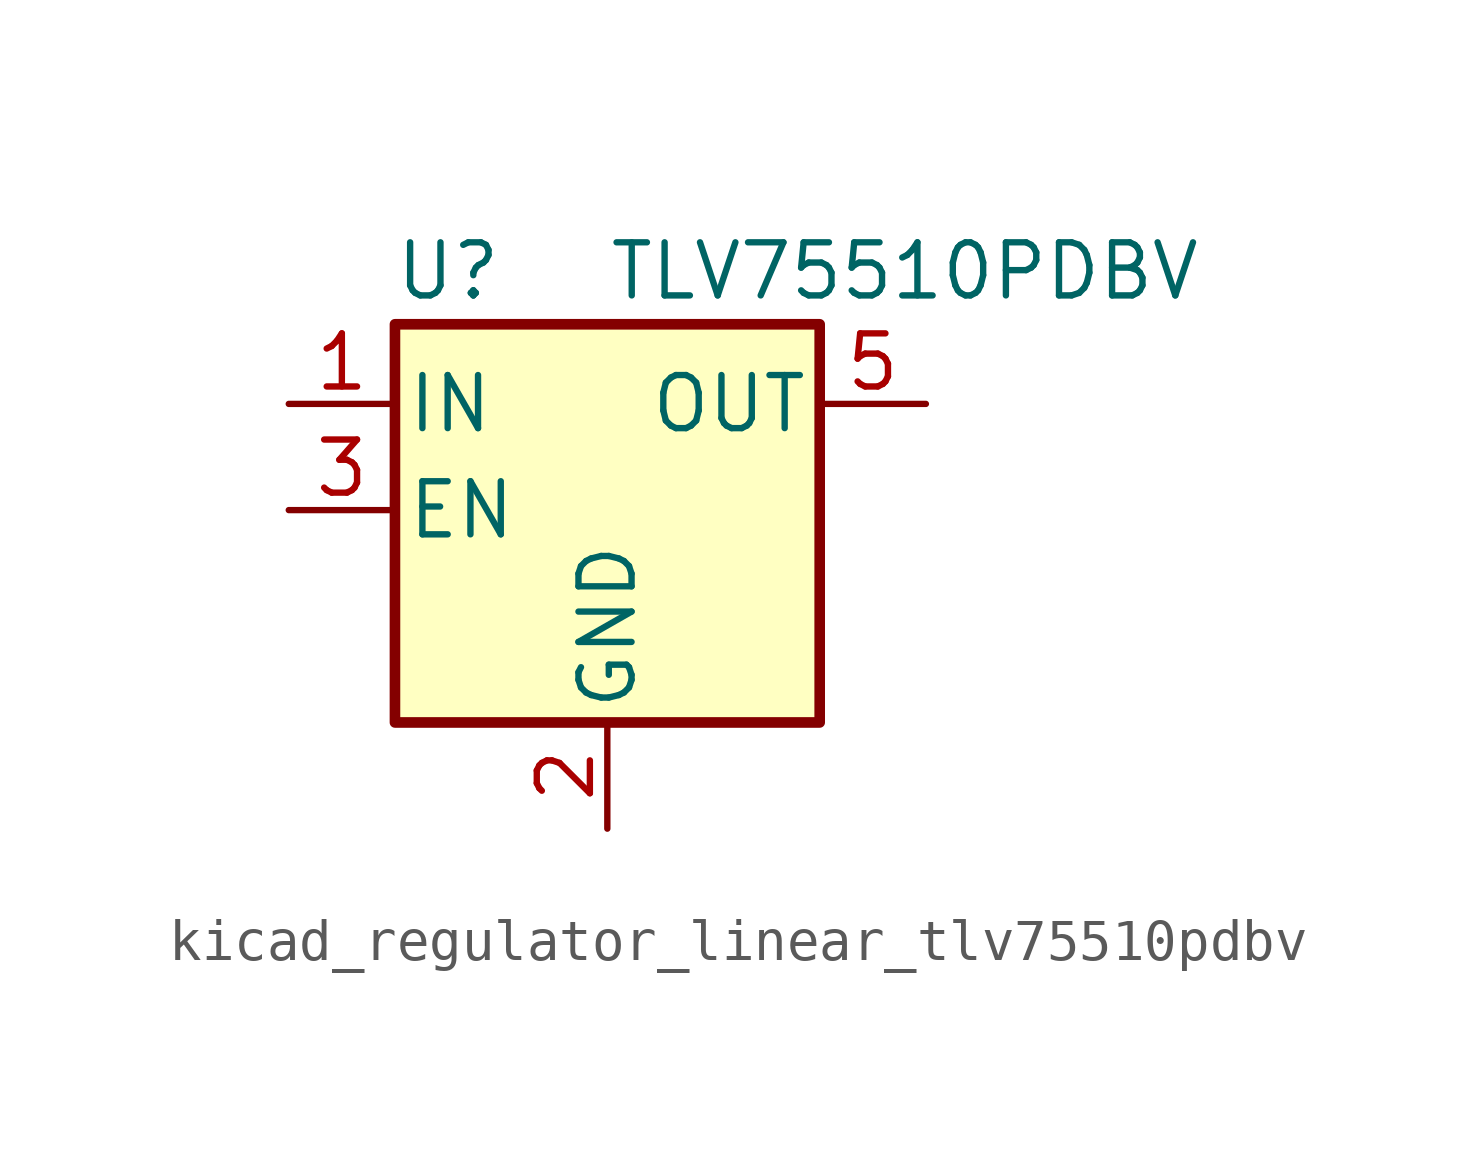
<source format=kicad_sym>
(kicad_symbol_lib
  (version 20220914)
  (generator kicad_symbol_editor)
  (symbol "kicad_regulator_linear_tlv75510pdbv"
    (pin_names
      (offset 0.254))
    (property "Reference" "U"
      (at -3.81 5.715 0)
      (effects (font (size 1.27 1.27))))
    (property "Value" "TLV75510PDBV"
      (at 0 5.715 0)
      (effects (font (size 1.27 1.27)) (justify left)))
    (symbol "kicad_regulator_linear_tlv75510pdbv_0_1"
      (rectangle (start -5.08 4.445) (end 5.08 -5.08) (stroke (width 0.254) (type default)) (fill (type background))))
    (symbol "kicad_regulator_linear_tlv75510pdbv_1_1"
      (pin power_in line (at -7.62 2.54 0) (length 2.54) (name "IN" (effects (font (size 1.27 1.27)))) (number "1" (effects (font (size 1.27 1.27)))))
      (pin power_in line (at 0 -7.62 90) (length 2.54) (name "GND" (effects (font (size 1.27 1.27)))) (number "2" (effects (font (size 1.27 1.27)))))
      (pin input line (at -7.62 0 0) (length 2.54) (name "EN" (effects (font (size 1.27 1.27)))) (number "3" (effects (font (size 1.27 1.27)))))
      (pin no_connect line (at 5.08 0 180) (length 2.54) hide (name "NC" (effects (font (size 1.27 1.27)))) (number "4" (effects (font (size 1.27 1.27)))))
      (pin power_out line (at 7.62 2.54 180) (length 2.54) (name "OUT" (effects (font (size 1.27 1.27)))) (number "5" (effects (font (size 1.27 1.27))))))))
</source>
